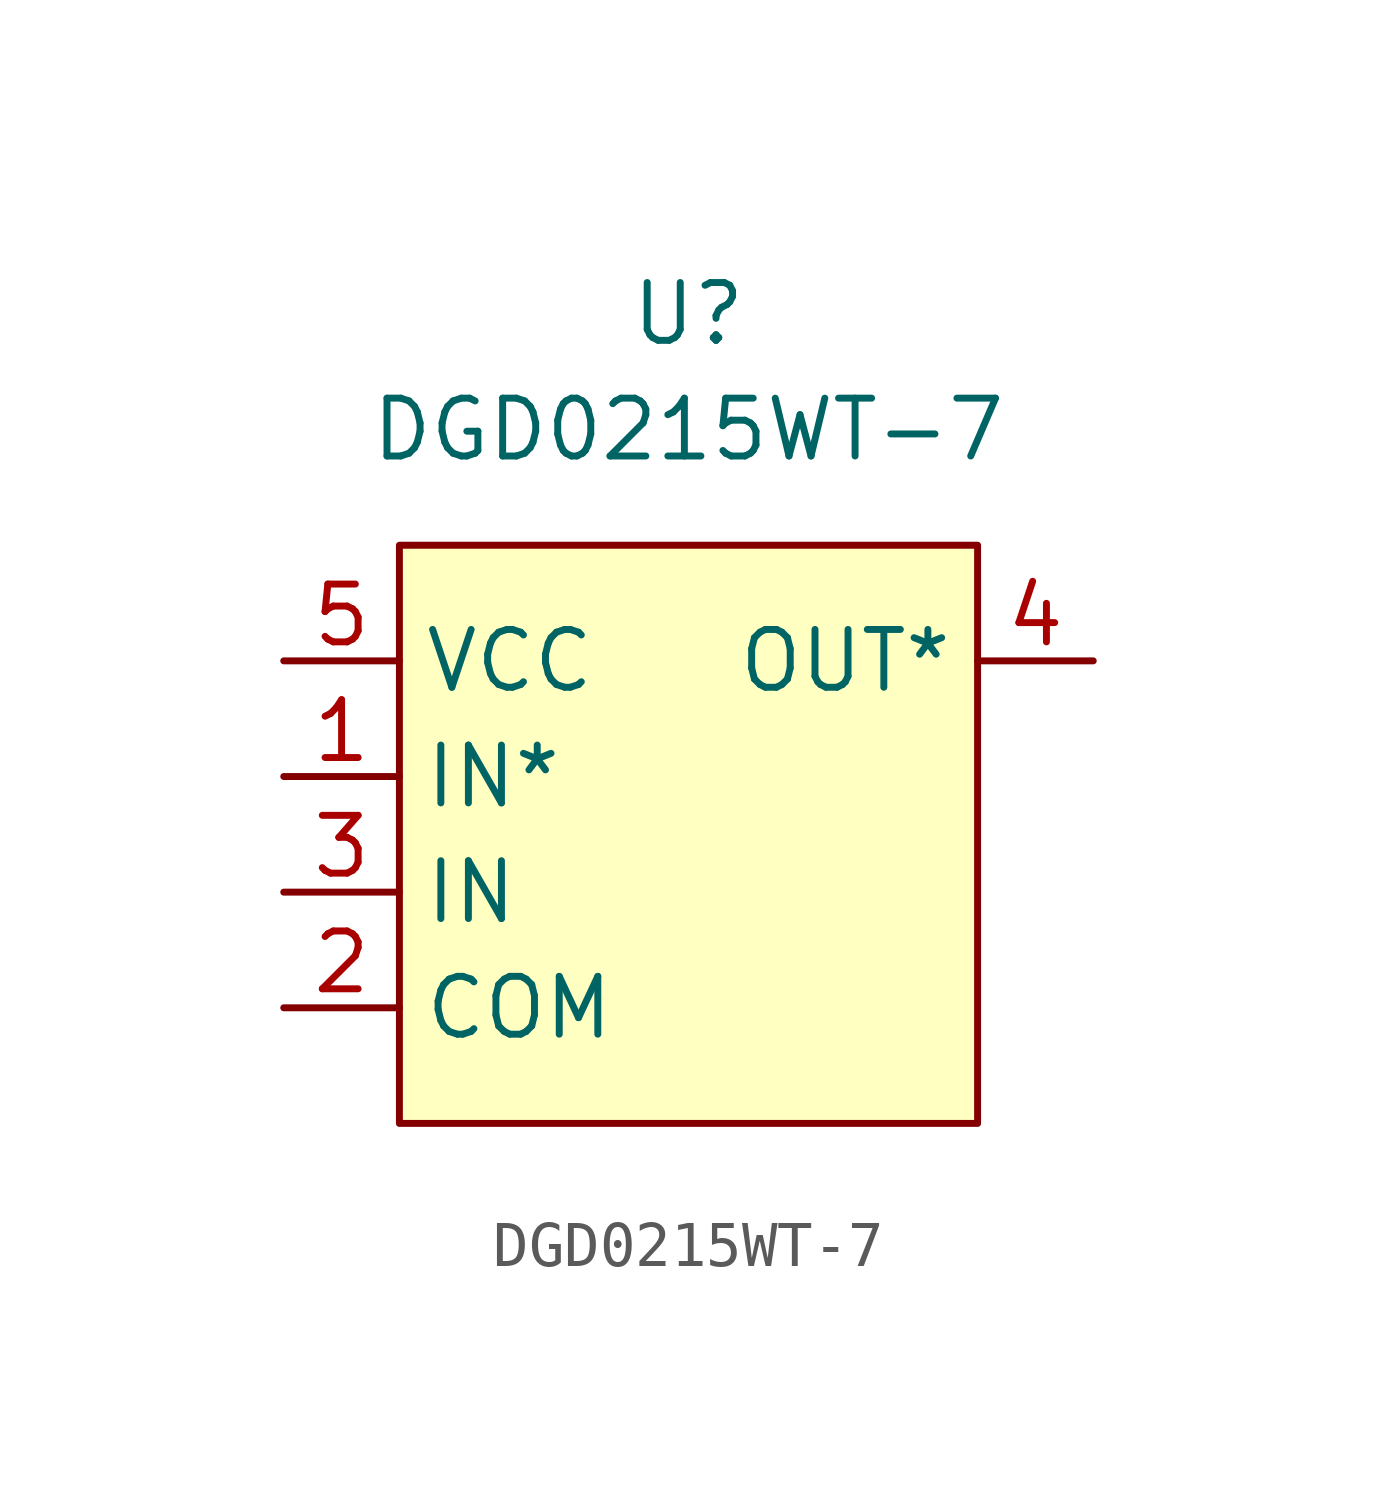
<source format=kicad_sym>
(kicad_symbol_lib
  (version 20211014)
  (generator kicad_symbol_editor)
  (symbol "DGD0215WT-7"
    (property "Reference" "U"
      (at 0 7.62 0)
      (effects (font (size 1.27 1.27))))
    (property "Value" "DGD0215WT-7"
      (at 0 5.08 0)
      (effects (font (size 1.27 1.27))))
    (symbol "DGD0215WT-7_0_1"
      (rectangle (start -6.35 2.54) (end 6.35 -10.16) (stroke (width 0) (type default) (color 0 0 0 0)) (fill (type background))))
    (symbol "DGD0215WT-7_1_1"
      (pin passive line (at -8.89 -2.54 0) (length 2.54) (name "IN*" (effects (font (size 1.27 1.27)))) (number "1" (effects (font (size 1.27 1.27)))))
      (pin passive line (at -8.89 -7.62 0) (length 2.54) (name "COM" (effects (font (size 1.27 1.27)))) (number "2" (effects (font (size 1.27 1.27)))))
      (pin passive line (at -8.89 -5.08 0) (length 2.54) (name "IN" (effects (font (size 1.27 1.27)))) (number "3" (effects (font (size 1.27 1.27)))))
      (pin passive line (at 8.89 0 180) (length 2.54) (name "OUT*" (effects (font (size 1.27 1.27)))) (number "4" (effects (font (size 1.27 1.27)))))
      (pin passive line (at -8.89 0 0) (length 2.54) (name "VCC" (effects (font (size 1.27 1.27)))) (number "5" (effects (font (size 1.27 1.27))))))))
</source>
